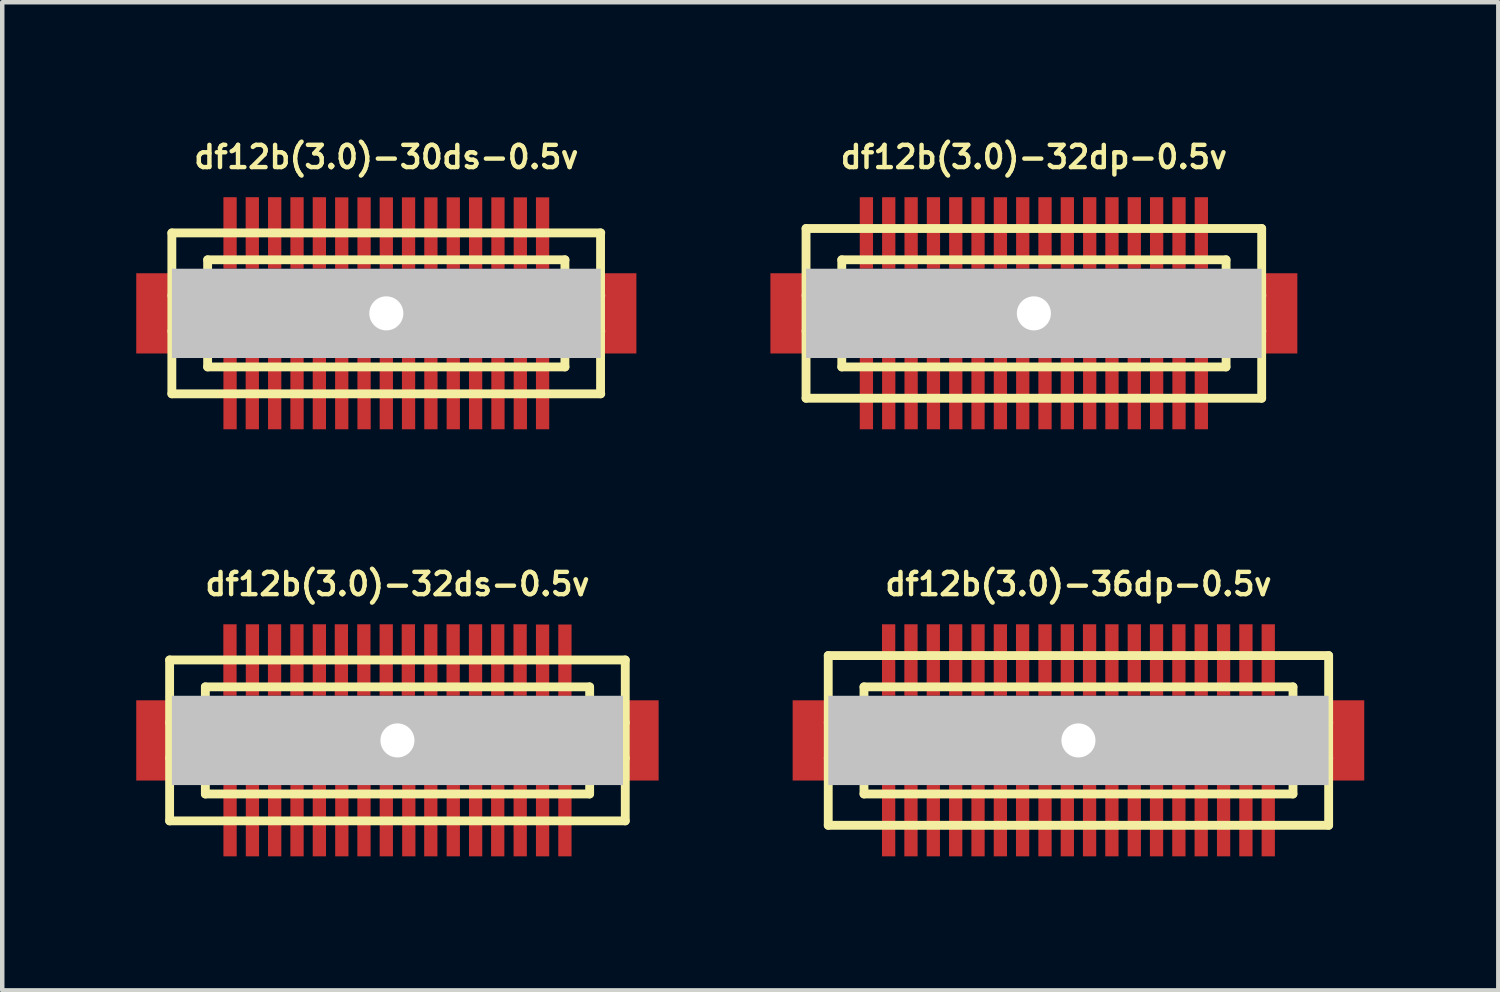
<source format=kicad_pcb>
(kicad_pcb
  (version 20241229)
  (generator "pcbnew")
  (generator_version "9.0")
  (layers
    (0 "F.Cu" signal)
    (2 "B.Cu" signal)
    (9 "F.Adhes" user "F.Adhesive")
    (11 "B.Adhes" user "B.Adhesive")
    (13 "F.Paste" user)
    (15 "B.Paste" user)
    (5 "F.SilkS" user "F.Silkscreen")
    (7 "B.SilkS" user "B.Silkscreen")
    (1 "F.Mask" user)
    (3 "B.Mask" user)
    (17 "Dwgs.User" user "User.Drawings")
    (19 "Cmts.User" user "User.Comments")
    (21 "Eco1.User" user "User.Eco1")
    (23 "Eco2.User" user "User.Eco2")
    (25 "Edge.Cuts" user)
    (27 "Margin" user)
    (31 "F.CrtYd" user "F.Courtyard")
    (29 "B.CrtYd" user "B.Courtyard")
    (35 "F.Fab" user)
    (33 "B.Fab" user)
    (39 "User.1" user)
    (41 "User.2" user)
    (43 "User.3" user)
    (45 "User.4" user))
  (footprint "df12b(3.0)-32ds-0.5v"
    (layer "F.Cu")
    (at 5.847 13.525)
    (property "Reference" "df12b(3.0)-32ds-0.5v" (at 0 -3.5 0) (layer "F.SilkS") (effects (font (size 0.498 0.498) (thickness 0.099))))
    (attr through_hole)
    (fp_line (start -5.1 -1.801) (end 5.1 -1.801) (stroke (width 0.198) (type solid)) (layer "F.SilkS"))
    (fp_line (start -5.1 1.801) (end -5.1 -1.801) (stroke (width 0.198) (type solid)) (layer "F.SilkS"))
    (fp_line (start -4.3 -1.199) (end 4.3 -1.199) (stroke (width 0.198) (type solid)) (layer "F.SilkS"))
    (fp_line (start -4.3 -0.399) (end -5.1 -0.399) (stroke (width 0.198) (type solid)) (layer "F.SilkS"))
    (fp_line (start -4.3 0.399) (end -5.1 0.399) (stroke (width 0.198) (type solid)) (layer "F.SilkS"))
    (fp_line (start -4.3 0.701) (end 4.3 0.701) (stroke (width 0.198) (type solid)) (layer "F.SilkS"))
    (fp_line (start -4.3 1.199) (end -4.3 -1.199) (stroke (width 0.198) (type solid)) (layer "F.SilkS"))
    (fp_line (start 4.3 -0.701) (end -4.3 -0.701) (stroke (width 0.198) (type solid)) (layer "F.SilkS"))
    (fp_line (start 4.3 1.199) (end -4.3 1.199) (stroke (width 0.198) (type solid)) (layer "F.SilkS"))
    (fp_line (start 4.303 -1.199) (end 4.303 1.199) (stroke (width 0.198) (type solid)) (layer "F.SilkS"))
    (fp_line (start 4.303 -0.399) (end 5.103 -0.399) (stroke (width 0.198) (type solid)) (layer "F.SilkS"))
    (fp_line (start 5.1 -1.801) (end 5.1 1.801) (stroke (width 0.198) (type solid)) (layer "F.SilkS"))
    (fp_line (start 5.1 1.801) (end -5.1 1.801) (stroke (width 0.198) (type solid)) (layer "F.SilkS"))
    (fp_line (start 5.103 0.399) (end 4.303 0.399) (stroke (width 0.198) (type solid)) (layer "F.SilkS"))
    (pad "" smd rect (at -5.448 0) (size 0.798 1.796) (layers "F.Cu" "F.Mask" "F.Paste"))
    (pad "" np_thru_hole rect (at 0 0) (size 10.099 1.999) (drill 0.762) (layers "Dwgs.User"))
    (pad "" smd rect (at 5.448 0) (size 0.798 1.796) (layers "F.Cu" "F.Mask" "F.Paste"))
    (pad "1" smd rect (at -3.747 1.796) (size 0.297 1.598) (layers "F.Cu" "F.Mask" "F.Paste"))
    (pad "2" smd rect (at -3.246 1.796) (size 0.297 1.598) (layers "F.Cu" "F.Mask" "F.Paste"))
    (pad "3" smd rect (at -2.748 1.796) (size 0.297 1.598) (layers "F.Cu" "F.Mask" "F.Paste"))
    (pad "4" smd rect (at -2.248 1.796) (size 0.297 1.598) (layers "F.Cu" "F.Mask" "F.Paste"))
    (pad "5" smd rect (at -1.748 1.796) (size 0.297 1.598) (layers "F.Cu" "F.Mask" "F.Paste"))
    (pad "6" smd rect (at -1.245 1.796) (size 0.297 1.598) (layers "F.Cu" "F.Mask" "F.Paste"))
    (pad "7" smd rect (at -0.749 1.796) (size 0.297 1.598) (layers "F.Cu" "F.Mask" "F.Paste"))
    (pad "8" smd rect (at -0.249 1.796) (size 0.297 1.598) (layers "F.Cu" "F.Mask" "F.Paste"))
    (pad "9" smd rect (at 0.254 1.796) (size 0.297 1.598) (layers "F.Cu" "F.Mask" "F.Paste"))
    (pad "10" smd rect (at 0.747 1.796) (size 0.297 1.598) (layers "F.Cu" "F.Mask" "F.Paste"))
    (pad "11" smd rect (at 1.25 1.796) (size 0.297 1.598) (layers "F.Cu" "F.Mask" "F.Paste"))
    (pad "12" smd rect (at 1.75 1.796) (size 0.297 1.598) (layers "F.Cu" "F.Mask" "F.Paste"))
    (pad "13" smd rect (at 2.245 1.796) (size 0.297 1.598) (layers "F.Cu" "F.Mask" "F.Paste"))
    (pad "14" smd rect (at 2.748 1.796) (size 0.297 1.598) (layers "F.Cu" "F.Mask" "F.Paste"))
    (pad "15" smd rect (at 3.249 1.796) (size 0.297 1.598) (layers "F.Cu" "F.Mask" "F.Paste"))
    (pad "16" smd rect (at 3.749 1.796) (size 0.297 1.598) (layers "F.Cu" "F.Mask" "F.Paste"))
    (pad "17" smd rect (at 3.749 -1.796) (size 0.297 1.598) (layers "F.Cu" "F.Mask" "F.Paste"))
    (pad "18" smd rect (at 3.249 -1.796) (size 0.297 1.598) (layers "F.Cu" "F.Mask" "F.Paste"))
    (pad "19" smd rect (at 2.746 -1.801) (size 0.297 1.598) (layers "F.Cu" "F.Mask" "F.Paste"))
    (pad "20" smd rect (at 2.245 -1.801) (size 0.297 1.598) (layers "F.Cu" "F.Mask" "F.Paste"))
    (pad "21" smd rect (at 1.748 -1.801) (size 0.297 1.598) (layers "F.Cu" "F.Mask" "F.Paste"))
    (pad "22" smd rect (at 1.247 -1.801) (size 0.297 1.598) (layers "F.Cu" "F.Mask" "F.Paste"))
    (pad "23" smd rect (at 0.747 -1.801) (size 0.297 1.598) (layers "F.Cu" "F.Mask" "F.Paste"))
    (pad "24" smd rect (at 0.244 -1.801) (size 0.297 1.598) (layers "F.Cu" "F.Mask" "F.Paste"))
    (pad "25" smd rect (at -0.251 -1.801) (size 0.297 1.598) (layers "F.Cu" "F.Mask" "F.Paste"))
    (pad "26" smd rect (at -0.752 -1.801) (size 0.297 1.598) (layers "F.Cu" "F.Mask" "F.Paste"))
    (pad "27" smd rect (at -1.255 -1.801) (size 0.297 1.598) (layers "F.Cu" "F.Mask" "F.Paste"))
    (pad "28" smd rect (at -1.748 -1.801) (size 0.297 1.598) (layers "F.Cu" "F.Mask" "F.Paste"))
    (pad "29" smd rect (at -2.25 -1.801) (size 0.297 1.598) (layers "F.Cu" "F.Mask" "F.Paste"))
    (pad "30" smd rect (at -2.751 -1.801) (size 0.297 1.598) (layers "F.Cu" "F.Mask" "F.Paste"))
    (pad "31" smd rect (at -3.246 -1.801) (size 0.297 1.598) (layers "F.Cu" "F.Mask" "F.Paste"))
    (pad "32" smd rect (at -3.749 -1.801) (size 0.297 1.598) (layers "F.Cu" "F.Mask" "F.Paste")))
  (footprint "df12b(3.0)-30ds-0.5v"
    (layer "F.Cu")
    (at 5.598 3.965)
    (property "Reference" "df12b(3.0)-30ds-0.5v" (at 0 -3.5 0) (layer "F.SilkS") (effects (font (size 0.498 0.498) (thickness 0.099))))
    (attr through_hole)
    (fp_line (start -4.801 1.801) (end -4.801 -1.801) (stroke (width 0.198) (type solid)) (layer "F.SilkS"))
    (fp_line (start -4.801 1.801) (end 4.801 1.801) (stroke (width 0.198) (type solid)) (layer "F.SilkS"))
    (fp_line (start -4 -0.701) (end 4 -0.701) (stroke (width 0.198) (type solid)) (layer "F.SilkS"))
    (fp_line (start -4 -0.399) (end -4.801 -0.399) (stroke (width 0.198) (type solid)) (layer "F.SilkS"))
    (fp_line (start -4 0.399) (end -4.801 0.399) (stroke (width 0.198) (type solid)) (layer "F.SilkS"))
    (fp_line (start -4 1.199) (end -4 -1.199) (stroke (width 0.198) (type solid)) (layer "F.SilkS"))
    (fp_line (start 3.998 -1.199) (end 3.998 1.199) (stroke (width 0.198) (type solid)) (layer "F.SilkS"))
    (fp_line (start 4 -1.199) (end -4 -1.199) (stroke (width 0.198) (type solid)) (layer "F.SilkS"))
    (fp_line (start 4 -0.399) (end 4.801 -0.399) (stroke (width 0.198) (type solid)) (layer "F.SilkS"))
    (fp_line (start 4 0.701) (end -4 0.701) (stroke (width 0.198) (type solid)) (layer "F.SilkS"))
    (fp_line (start 4 1.199) (end -4 1.199) (stroke (width 0.198) (type solid)) (layer "F.SilkS"))
    (fp_line (start 4.796 -1.801) (end 4.796 1.801) (stroke (width 0.198) (type solid)) (layer "F.SilkS"))
    (fp_line (start 4.801 -1.801) (end -4.801 -1.801) (stroke (width 0.198) (type solid)) (layer "F.SilkS"))
    (fp_line (start 4.801 0.399) (end 4 0.399) (stroke (width 0.198) (type solid)) (layer "F.SilkS"))
    (pad "" smd rect (at -5.199 0) (size 0.798 1.796) (layers "F.Cu" "F.Mask" "F.Paste"))
    (pad "" np_thru_hole rect (at 0 0) (size 9.599 1.999) (drill 0.762) (layers "Dwgs.User"))
    (pad "" smd rect (at 5.199 0) (size 0.798 1.796) (layers "F.Cu" "F.Mask" "F.Paste"))
    (pad "1" smd rect (at -3.498 1.796) (size 0.297 1.598) (layers "F.Cu" "F.Mask" "F.Paste"))
    (pad "2" smd rect (at -3 1.796) (size 0.297 1.598) (layers "F.Cu" "F.Mask" "F.Paste"))
    (pad "3" smd rect (at -2.499 1.796) (size 0.297 1.598) (layers "F.Cu" "F.Mask" "F.Paste"))
    (pad "4" smd rect (at -1.999 1.796) (size 0.297 1.598) (layers "F.Cu" "F.Mask" "F.Paste"))
    (pad "5" smd rect (at -1.499 1.796) (size 0.297 1.598) (layers "F.Cu" "F.Mask" "F.Paste"))
    (pad "6" smd rect (at -0.998 1.796) (size 0.297 1.598) (layers "F.Cu" "F.Mask" "F.Paste"))
    (pad "7" smd rect (at -0.498 1.796) (size 0.297 1.598) (layers "F.Cu" "F.Mask" "F.Paste"))
    (pad "8" smd rect (at 0 1.796) (size 0.297 1.598) (layers "F.Cu" "F.Mask" "F.Paste"))
    (pad "9" smd rect (at 0.498 1.796) (size 0.297 1.598) (layers "F.Cu" "F.Mask" "F.Paste"))
    (pad "10" smd rect (at 0.998 1.796) (size 0.297 1.598) (layers "F.Cu" "F.Mask" "F.Paste"))
    (pad "11" smd rect (at 1.499 1.796) (size 0.297 1.598) (layers "F.Cu" "F.Mask" "F.Paste"))
    (pad "12" smd rect (at 1.999 1.796) (size 0.297 1.598) (layers "F.Cu" "F.Mask" "F.Paste"))
    (pad "13" smd rect (at 2.499 1.796) (size 0.297 1.598) (layers "F.Cu" "F.Mask" "F.Paste"))
    (pad "14" smd rect (at 3 1.796) (size 0.297 1.598) (layers "F.Cu" "F.Mask" "F.Paste"))
    (pad "15" smd rect (at 3.498 1.796) (size 0.297 1.598) (layers "F.Cu" "F.Mask" "F.Paste"))
    (pad "16" smd rect (at 3.498 -1.798) (size 0.297 1.598) (layers "F.Cu" "F.Mask" "F.Paste"))
    (pad "17" smd rect (at 3 -1.798) (size 0.297 1.598) (layers "F.Cu" "F.Mask" "F.Paste"))
    (pad "18" smd rect (at 2.499 -1.798) (size 0.297 1.598) (layers "F.Cu" "F.Mask" "F.Paste"))
    (pad "19" smd rect (at 1.999 -1.798) (size 0.297 1.598) (layers "F.Cu" "F.Mask" "F.Paste"))
    (pad "20" smd rect (at 1.499 -1.798) (size 0.297 1.598) (layers "F.Cu" "F.Mask" "F.Paste"))
    (pad "21" smd rect (at 0.998 -1.798) (size 0.297 1.598) (layers "F.Cu" "F.Mask" "F.Paste"))
    (pad "22" smd rect (at 0.498 -1.798) (size 0.297 1.598) (layers "F.Cu" "F.Mask" "F.Paste"))
    (pad "23" smd rect (at 0 -1.798) (size 0.297 1.598) (layers "F.Cu" "F.Mask" "F.Paste"))
    (pad "24" smd rect (at -0.498 -1.798) (size 0.297 1.598) (layers "F.Cu" "F.Mask" "F.Paste"))
    (pad "25" smd rect (at -0.998 -1.798) (size 0.297 1.598) (layers "F.Cu" "F.Mask" "F.Paste"))
    (pad "26" smd rect (at -1.499 -1.801) (size 0.297 1.598) (layers "F.Cu" "F.Mask" "F.Paste"))
    (pad "27" smd rect (at -1.999 -1.801) (size 0.297 1.598) (layers "F.Cu" "F.Mask" "F.Paste"))
    (pad "28" smd rect (at -2.499 -1.801) (size 0.297 1.598) (layers "F.Cu" "F.Mask" "F.Paste"))
    (pad "29" smd rect (at -3 -1.801) (size 0.297 1.598) (layers "F.Cu" "F.Mask" "F.Paste"))
    (pad "30" smd rect (at -3.498 -1.801) (size 0.297 1.598) (layers "F.Cu" "F.Mask" "F.Paste")))
  (footprint "df12b(3.0)-32dp-0.5v"
    (layer "F.Cu")
    (at 20.094 3.965)
    (property "Reference" "df12b(3.0)-32dp-0.5v" (at 0 -3.5 0) (layer "F.SilkS") (effects (font (size 0.498 0.498) (thickness 0.099))))
    (attr through_hole)
    (fp_line (start -5.1 -1.9) (end -5.1 1.9) (stroke (width 0.198) (type solid)) (layer "F.SilkS"))
    (fp_line (start -5.1 -1.9) (end 5.1 -1.9) (stroke (width 0.198) (type solid)) (layer "F.SilkS"))
    (fp_line (start -4.3 -0.399) (end -5.1 -0.399) (stroke (width 0.198) (type solid)) (layer "F.SilkS"))
    (fp_line (start -4.3 0.399) (end -5.1 0.399) (stroke (width 0.198) (type solid)) (layer "F.SilkS"))
    (fp_line (start -4.3 1.199) (end -4.3 -1.199) (stroke (width 0.198) (type solid)) (layer "F.SilkS"))
    (fp_line (start -4.3 1.199) (end 4.3 1.199) (stroke (width 0.198) (type solid)) (layer "F.SilkS"))
    (fp_line (start 4.3 -1.199) (end -4.3 -1.199) (stroke (width 0.198) (type solid)) (layer "F.SilkS"))
    (fp_line (start 4.303 -1.199) (end 4.303 1.199) (stroke (width 0.198) (type solid)) (layer "F.SilkS"))
    (fp_line (start 4.303 -0.399) (end 5.103 -0.399) (stroke (width 0.198) (type solid)) (layer "F.SilkS"))
    (fp_line (start 5.1 1.9) (end -5.1 1.9) (stroke (width 0.198) (type solid)) (layer "F.SilkS"))
    (fp_line (start 5.1 1.9) (end 5.1 -1.9) (stroke (width 0.198) (type solid)) (layer "F.SilkS"))
    (fp_line (start 5.103 0.399) (end 4.303 0.399) (stroke (width 0.198) (type solid)) (layer "F.SilkS"))
    (pad "" smd rect (at -5.499 0) (size 0.798 1.796) (layers "F.Cu" "F.Mask" "F.Paste"))
    (pad "" np_thru_hole rect (at 0 0) (size 10.198 1.999) (drill 0.762) (layers "Dwgs.User"))
    (pad "" smd rect (at 5.499 0) (size 0.798 1.796) (layers "F.Cu" "F.Mask" "F.Paste"))
    (pad "1" smd rect (at 3.749 1.796) (size 0.297 1.598) (layers "F.Cu" "F.Mask" "F.Paste"))
    (pad "2" smd rect (at 3.249 1.796) (size 0.297 1.598) (layers "F.Cu" "F.Mask" "F.Paste"))
    (pad "3" smd rect (at 2.748 1.796) (size 0.297 1.598) (layers "F.Cu" "F.Mask" "F.Paste"))
    (pad "4" smd rect (at 2.248 1.796) (size 0.297 1.598) (layers "F.Cu" "F.Mask" "F.Paste"))
    (pad "5" smd rect (at 1.748 1.796) (size 0.297 1.598) (layers "F.Cu" "F.Mask" "F.Paste"))
    (pad "6" smd rect (at 1.25 1.796) (size 0.297 1.598) (layers "F.Cu" "F.Mask" "F.Paste"))
    (pad "7" smd rect (at 0.749 1.796) (size 0.297 1.598) (layers "F.Cu" "F.Mask" "F.Paste"))
    (pad "8" smd rect (at 0.249 1.796) (size 0.297 1.598) (layers "F.Cu" "F.Mask" "F.Paste"))
    (pad "9" smd rect (at -0.249 1.796) (size 0.297 1.598) (layers "F.Cu" "F.Mask" "F.Paste"))
    (pad "10" smd rect (at -0.749 1.796) (size 0.297 1.598) (layers "F.Cu" "F.Mask" "F.Paste"))
    (pad "11" smd rect (at -1.25 1.796) (size 0.297 1.598) (layers "F.Cu" "F.Mask" "F.Paste"))
    (pad "12" smd rect (at -1.748 1.796) (size 0.297 1.598) (layers "F.Cu" "F.Mask" "F.Paste"))
    (pad "13" smd rect (at -2.248 1.796) (size 0.297 1.598) (layers "F.Cu" "F.Mask" "F.Paste"))
    (pad "14" smd rect (at -2.748 1.796) (size 0.297 1.598) (layers "F.Cu" "F.Mask" "F.Paste"))
    (pad "15" smd rect (at -3.249 1.796) (size 0.297 1.598) (layers "F.Cu" "F.Mask" "F.Paste"))
    (pad "16" smd rect (at -3.749 1.796) (size 0.297 1.598) (layers "F.Cu" "F.Mask" "F.Paste"))
    (pad "17" smd rect (at -3.749 -1.801) (size 0.297 1.598) (layers "F.Cu" "F.Mask" "F.Paste"))
    (pad "18" smd rect (at -3.249 -1.801) (size 0.297 1.598) (layers "F.Cu" "F.Mask" "F.Paste"))
    (pad "19" smd rect (at -2.748 -1.801) (size 0.297 1.598) (layers "F.Cu" "F.Mask" "F.Paste"))
    (pad "20" smd rect (at -2.248 -1.801) (size 0.297 1.598) (layers "F.Cu" "F.Mask" "F.Paste"))
    (pad "21" smd rect (at -1.748 -1.801) (size 0.297 1.598) (layers "F.Cu" "F.Mask" "F.Paste"))
    (pad "22" smd rect (at -1.25 -1.801) (size 0.297 1.598) (layers "F.Cu" "F.Mask" "F.Paste"))
    (pad "23" smd rect (at -0.749 -1.801) (size 0.297 1.598) (layers "F.Cu" "F.Mask" "F.Paste"))
    (pad "24" smd rect (at -0.249 -1.801) (size 0.297 1.598) (layers "F.Cu" "F.Mask" "F.Paste"))
    (pad "25" smd rect (at 0.249 -1.801) (size 0.297 1.598) (layers "F.Cu" "F.Mask" "F.Paste"))
    (pad "26" smd rect (at 0.749 -1.801) (size 0.297 1.598) (layers "F.Cu" "F.Mask" "F.Paste"))
    (pad "27" smd rect (at 1.25 -1.801) (size 0.297 1.598) (layers "F.Cu" "F.Mask" "F.Paste"))
    (pad "28" smd rect (at 1.748 -1.801) (size 0.297 1.598) (layers "F.Cu" "F.Mask" "F.Paste"))
    (pad "29" smd rect (at 2.248 -1.801) (size 0.297 1.598) (layers "F.Cu" "F.Mask" "F.Paste"))
    (pad "30" smd rect (at 2.748 -1.801) (size 0.297 1.598) (layers "F.Cu" "F.Mask" "F.Paste"))
    (pad "31" smd rect (at 3.249 -1.801) (size 0.297 1.598) (layers "F.Cu" "F.Mask" "F.Paste"))
    (pad "32" smd rect (at 3.749 -1.801) (size 0.297 1.598) (layers "F.Cu" "F.Mask" "F.Paste")))
  (footprint "df12b(3.0)-36dp-0.5v"
    (layer "F.Cu")
    (at 21.092 13.525)
    (property "Reference" "df12b(3.0)-36dp-0.5v" (at 0 -3.5 0) (layer "F.SilkS") (effects (font (size 0.498 0.498) (thickness 0.099))))
    (attr through_hole)
    (fp_line (start -5.601 -1.9) (end -5.601 1.9) (stroke (width 0.198) (type solid)) (layer "F.SilkS"))
    (fp_line (start -5.601 -1.9) (end 5.601 -1.9) (stroke (width 0.198) (type solid)) (layer "F.SilkS"))
    (fp_line (start -4.801 -0.399) (end -5.601 -0.399) (stroke (width 0.198) (type solid)) (layer "F.SilkS"))
    (fp_line (start -4.801 0.399) (end -5.601 0.399) (stroke (width 0.198) (type solid)) (layer "F.SilkS"))
    (fp_line (start -4.801 1.199) (end -4.801 -1.199) (stroke (width 0.198) (type solid)) (layer "F.SilkS"))
    (fp_line (start -4.801 1.199) (end 4.801 1.199) (stroke (width 0.198) (type solid)) (layer "F.SilkS"))
    (fp_line (start 4.801 -1.199) (end -4.801 -1.199) (stroke (width 0.198) (type solid)) (layer "F.SilkS"))
    (fp_line (start 4.803 -1.199) (end 4.803 1.199) (stroke (width 0.198) (type solid)) (layer "F.SilkS"))
    (fp_line (start 4.803 -0.399) (end 5.603 -0.399) (stroke (width 0.198) (type solid)) (layer "F.SilkS"))
    (fp_line (start 5.601 1.9) (end -5.601 1.9) (stroke (width 0.198) (type solid)) (layer "F.SilkS"))
    (fp_line (start 5.601 1.9) (end 5.601 -1.9) (stroke (width 0.198) (type solid)) (layer "F.SilkS"))
    (fp_line (start 5.603 0.399) (end 4.803 0.399) (stroke (width 0.198) (type solid)) (layer "F.SilkS"))
    (pad "" smd rect (at -5.999 0) (size 0.798 1.796) (layers "F.Cu" "F.Mask" "F.Paste"))
    (pad "" np_thru_hole rect (at 0 0) (size 11.199 1.999) (drill 0.762) (layers "Dwgs.User"))
    (pad "" smd rect (at 5.999 0) (size 0.798 1.796) (layers "F.Cu" "F.Mask" "F.Paste"))
    (pad "1" smd rect (at 4.249 1.796) (size 0.297 1.598) (layers "F.Cu" "F.Mask" "F.Paste"))
    (pad "2" smd rect (at 3.749 1.796) (size 0.297 1.598) (layers "F.Cu" "F.Mask" "F.Paste"))
    (pad "3" smd rect (at 3.249 1.796) (size 0.297 1.598) (layers "F.Cu" "F.Mask" "F.Paste"))
    (pad "4" smd rect (at 2.748 1.796) (size 0.297 1.598) (layers "F.Cu" "F.Mask" "F.Paste"))
    (pad "5" smd rect (at 2.248 1.796) (size 0.297 1.598) (layers "F.Cu" "F.Mask" "F.Paste"))
    (pad "6" smd rect (at 1.748 1.796) (size 0.297 1.598) (layers "F.Cu" "F.Mask" "F.Paste"))
    (pad "7" smd rect (at 1.25 1.796) (size 0.297 1.598) (layers "F.Cu" "F.Mask" "F.Paste"))
    (pad "8" smd rect (at 0.749 1.796) (size 0.297 1.598) (layers "F.Cu" "F.Mask" "F.Paste"))
    (pad "9" smd rect (at 0.249 1.796) (size 0.297 1.598) (layers "F.Cu" "F.Mask" "F.Paste"))
    (pad "10" smd rect (at -0.249 1.796) (size 0.297 1.598) (layers "F.Cu" "F.Mask" "F.Paste"))
    (pad "11" smd rect (at -0.749 1.796) (size 0.297 1.598) (layers "F.Cu" "F.Mask" "F.Paste"))
    (pad "12" smd rect (at -1.25 1.796) (size 0.297 1.598) (layers "F.Cu" "F.Mask" "F.Paste"))
    (pad "13" smd rect (at -1.748 1.796) (size 0.297 1.598) (layers "F.Cu" "F.Mask" "F.Paste"))
    (pad "14" smd rect (at -2.248 1.796) (size 0.297 1.598) (layers "F.Cu" "F.Mask" "F.Paste"))
    (pad "15" smd rect (at -2.748 1.796) (size 0.297 1.598) (layers "F.Cu" "F.Mask" "F.Paste"))
    (pad "16" smd rect (at -3.249 1.796) (size 0.297 1.598) (layers "F.Cu" "F.Mask" "F.Paste"))
    (pad "17" smd rect (at -3.749 1.796) (size 0.297 1.598) (layers "F.Cu" "F.Mask" "F.Paste"))
    (pad "18" smd rect (at -4.249 1.796) (size 0.297 1.598) (layers "F.Cu" "F.Mask" "F.Paste"))
    (pad "19" smd rect (at -4.249 -1.801) (size 0.297 1.598) (layers "F.Cu" "F.Mask" "F.Paste"))
    (pad "20" smd rect (at -3.749 -1.801) (size 0.297 1.598) (layers "F.Cu" "F.Mask" "F.Paste"))
    (pad "21" smd rect (at -3.249 -1.801) (size 0.297 1.598) (layers "F.Cu" "F.Mask" "F.Paste"))
    (pad "22" smd rect (at -2.748 -1.801) (size 0.297 1.598) (layers "F.Cu" "F.Mask" "F.Paste"))
    (pad "23" smd rect (at -2.248 -1.801) (size 0.297 1.598) (layers "F.Cu" "F.Mask" "F.Paste"))
    (pad "24" smd rect (at -1.748 -1.801) (size 0.297 1.598) (layers "F.Cu" "F.Mask" "F.Paste"))
    (pad "25" smd rect (at -1.25 -1.801) (size 0.297 1.598) (layers "F.Cu" "F.Mask" "F.Paste"))
    (pad "26" smd rect (at -0.749 -1.801) (size 0.297 1.598) (layers "F.Cu" "F.Mask" "F.Paste"))
    (pad "27" smd rect (at -0.249 -1.801) (size 0.297 1.598) (layers "F.Cu" "F.Mask" "F.Paste"))
    (pad "28" smd rect (at 0.249 -1.801) (size 0.297 1.598) (layers "F.Cu" "F.Mask" "F.Paste"))
    (pad "29" smd rect (at 0.749 -1.801) (size 0.297 1.598) (layers "F.Cu" "F.Mask" "F.Paste"))
    (pad "30" smd rect (at 1.25 -1.801) (size 0.297 1.598) (layers "F.Cu" "F.Mask" "F.Paste"))
    (pad "31" smd rect (at 1.748 -1.801) (size 0.297 1.598) (layers "F.Cu" "F.Mask" "F.Paste"))
    (pad "32" smd rect (at 2.248 -1.801) (size 0.297 1.598) (layers "F.Cu" "F.Mask" "F.Paste"))
    (pad "33" smd rect (at 2.748 -1.801) (size 0.297 1.598) (layers "F.Cu" "F.Mask" "F.Paste"))
    (pad "34" smd rect (at 3.249 -1.801) (size 0.297 1.598) (layers "F.Cu" "F.Mask" "F.Paste"))
    (pad "35" smd rect (at 3.749 -1.801) (size 0.297 1.598) (layers "F.Cu" "F.Mask" "F.Paste"))
    (pad "36" smd rect (at 4.249 -1.801) (size 0.297 1.598) (layers "F.Cu" "F.Mask" "F.Paste")))
  (gr_rect
    (start -3 -3)
    (end 30.491 19.12)
    (stroke (width 0.1) (type default))
    (fill no)
    (layer "Edge.Cuts")))
</source>
